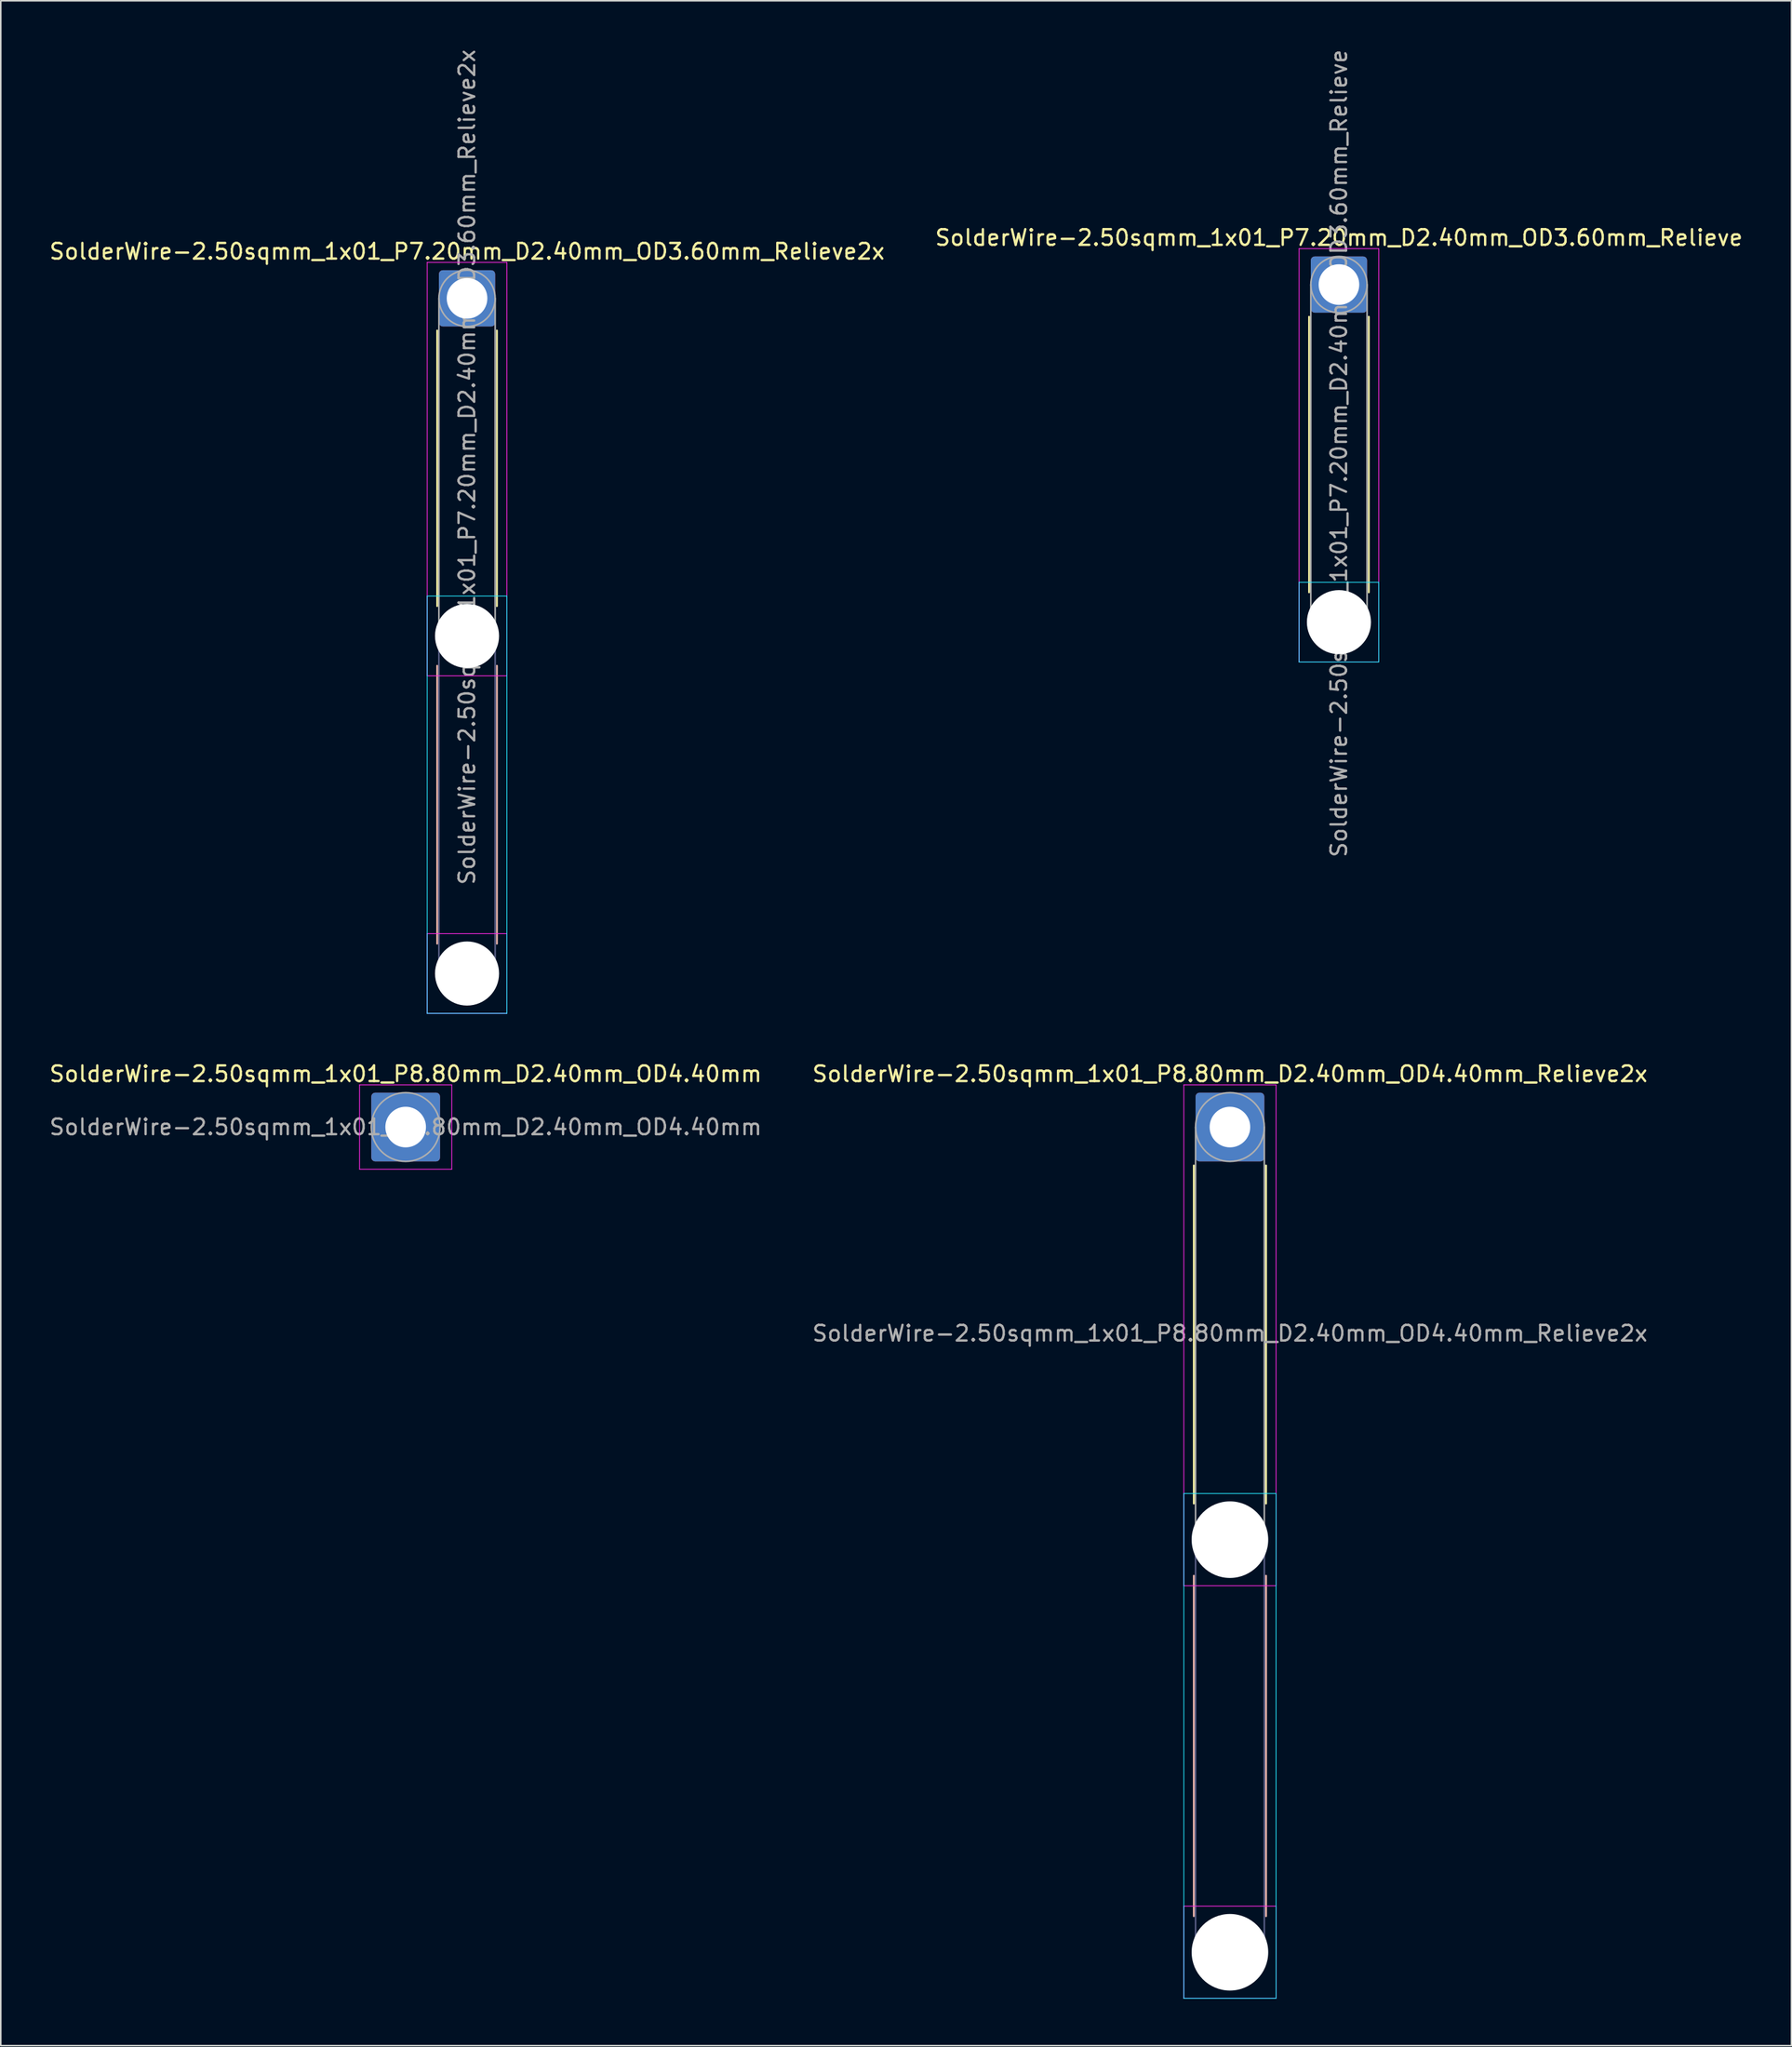
<source format=kicad_pcb>
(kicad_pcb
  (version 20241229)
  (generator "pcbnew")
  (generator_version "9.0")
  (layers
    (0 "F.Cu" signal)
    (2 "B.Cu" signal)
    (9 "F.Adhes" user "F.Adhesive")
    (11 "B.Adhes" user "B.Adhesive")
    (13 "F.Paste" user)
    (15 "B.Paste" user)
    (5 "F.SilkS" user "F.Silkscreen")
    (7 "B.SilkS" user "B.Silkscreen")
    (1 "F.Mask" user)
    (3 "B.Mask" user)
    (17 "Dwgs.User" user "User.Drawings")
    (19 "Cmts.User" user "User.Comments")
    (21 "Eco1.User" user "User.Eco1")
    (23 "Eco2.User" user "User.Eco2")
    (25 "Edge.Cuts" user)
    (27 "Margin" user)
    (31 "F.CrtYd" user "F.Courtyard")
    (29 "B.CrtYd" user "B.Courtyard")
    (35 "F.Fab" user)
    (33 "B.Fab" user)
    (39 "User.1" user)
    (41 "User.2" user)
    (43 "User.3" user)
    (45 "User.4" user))
  (footprint "SolderWire-2.50sqmm_1x01_P7.20mm_D2.40mm_OD3.60mm_Relieve2x"
    (layer "F.Cu")
    (at 26.839 16.039)
    (property "Reference" "SolderWire-2.50sqmm_1x01_P7.20mm_D2.40mm_OD3.60mm_Relieve2x" (at 0 -3 0) (layer "F.SilkS") (effects (font (size 1 1) (thickness 0.15))))
    (attr exclude_from_pos_files exclude_from_bom)
    (fp_line (start -1.91 2.06) (end -1.91 19.69) (stroke (width 0.12) (type solid)) (layer "F.SilkS"))
    (fp_line (start 1.91 2.06) (end 1.91 19.69) (stroke (width 0.12) (type solid)) (layer "F.SilkS"))
    (fp_line (start -1.91 23.51) (end -1.91 41.29) (stroke (width 0.12) (type solid)) (layer "B.SilkS"))
    (fp_line (start 1.91 23.51) (end 1.91 41.29) (stroke (width 0.12) (type solid)) (layer "B.SilkS"))
    (fp_line (start -2.55 19.05) (end -2.55 45.75) (stroke (width 0.05) (type solid)) (layer "B.CrtYd"))
    (fp_line (start -2.55 45.75) (end 2.55 45.75) (stroke (width 0.05) (type solid)) (layer "B.CrtYd"))
    (fp_line (start 2.55 19.05) (end -2.55 19.05) (stroke (width 0.05) (type solid)) (layer "B.CrtYd"))
    (fp_line (start 2.55 45.75) (end 2.55 19.05) (stroke (width 0.05) (type solid)) (layer "B.CrtYd"))
    (fp_line (start -2.55 -2.3) (end -2.55 24.15) (stroke (width 0.05) (type solid)) (layer "F.CrtYd"))
    (fp_line (start -2.55 24.15) (end 2.55 24.15) (stroke (width 0.05) (type solid)) (layer "F.CrtYd"))
    (fp_line (start -2.55 40.65) (end -2.55 45.75) (stroke (width 0.05) (type solid)) (layer "F.CrtYd"))
    (fp_line (start -2.55 45.75) (end 2.55 45.75) (stroke (width 0.05) (type solid)) (layer "F.CrtYd"))
    (fp_line (start 2.55 -2.3) (end -2.55 -2.3) (stroke (width 0.05) (type solid)) (layer "F.CrtYd"))
    (fp_line (start 2.55 24.15) (end 2.55 -2.3) (stroke (width 0.05) (type solid)) (layer "F.CrtYd"))
    (fp_line (start 2.55 40.65) (end -2.55 40.65) (stroke (width 0.05) (type solid)) (layer "F.CrtYd"))
    (fp_line (start 2.55 45.75) (end 2.55 40.65) (stroke (width 0.05) (type solid)) (layer "F.CrtYd"))
    (fp_line (start -1.8 21.6) (end -1.8 43.2) (stroke (width 0.1) (type solid)) (layer "B.Fab"))
    (fp_line (start 1.8 21.6) (end 1.8 43.2) (stroke (width 0.1) (type solid)) (layer "B.Fab"))
    (fp_circle (center 0 21.6) (end 1.8 21.6) (stroke (width 0.1) (type solid)) (fill no) (layer "B.Fab"))
    (fp_circle (center 0 43.2) (end 1.8 43.2) (stroke (width 0.1) (type solid)) (fill no) (layer "B.Fab"))
    (fp_line (start -1.8 0) (end -1.8 21.6) (stroke (width 0.1) (type solid)) (layer "F.Fab"))
    (fp_line (start 1.8 0) (end 1.8 21.6) (stroke (width 0.1) (type solid)) (layer "F.Fab"))
    (fp_circle (center 0 0) (end 1.8 0) (stroke (width 0.1) (type solid)) (fill no) (layer "F.Fab"))
    (fp_circle (center 0 21.6) (end 1.8 21.6) (stroke (width 0.1) (type solid)) (fill no) (layer "F.Fab"))
    (fp_circle (center 0 43.2) (end 1.8 43.2) (stroke (width 0.1) (type solid)) (fill no) (layer "F.Fab"))
    (fp_text user "${REFERENCE}" (at 0 10.8 90) (layer "F.Fab") (effects (font (size 1 1) (thickness 0.15))))
    (pad "" np_thru_hole circle (at 0 21.6) (size 4.1 4.1) (drill 4.1) (layers "*.Cu" "*.Mask"))
    (pad "" np_thru_hole circle (at 0 43.2) (size 4.1 4.1) (drill 4.1) (layers "*.Cu" "*.Mask"))
    (pad "1" thru_hole roundrect (at 0 0) (size 3.6 3.6) (drill 2.6) (layers "*.Cu" "*.Mask") (roundrect_rratio 0.069)))
  (footprint "SolderWire-2.50sqmm_1x01_P7.20mm_D2.40mm_OD3.60mm_Relieve"
    (layer "F.Cu")
    (at 82.637 15.158)
    (property "Reference" "SolderWire-2.50sqmm_1x01_P7.20mm_D2.40mm_OD3.60mm_Relieve" (at 0 -3 0) (layer "F.SilkS") (effects (font (size 1 1) (thickness 0.15))))
    (attr exclude_from_pos_files exclude_from_bom)
    (fp_line (start -1.91 2.06) (end -1.91 19.69) (stroke (width 0.12) (type solid)) (layer "F.SilkS"))
    (fp_line (start 1.91 2.06) (end 1.91 19.69) (stroke (width 0.12) (type solid)) (layer "F.SilkS"))
    (fp_line (start -2.55 19.05) (end -2.55 24.15) (stroke (width 0.05) (type solid)) (layer "B.CrtYd"))
    (fp_line (start -2.55 24.15) (end 2.55 24.15) (stroke (width 0.05) (type solid)) (layer "B.CrtYd"))
    (fp_line (start 2.55 19.05) (end -2.55 19.05) (stroke (width 0.05) (type solid)) (layer "B.CrtYd"))
    (fp_line (start 2.55 24.15) (end 2.55 19.05) (stroke (width 0.05) (type solid)) (layer "B.CrtYd"))
    (fp_line (start -2.55 -2.3) (end -2.55 24.15) (stroke (width 0.05) (type solid)) (layer "F.CrtYd"))
    (fp_line (start -2.55 24.15) (end 2.55 24.15) (stroke (width 0.05) (type solid)) (layer "F.CrtYd"))
    (fp_line (start 2.55 -2.3) (end -2.55 -2.3) (stroke (width 0.05) (type solid)) (layer "F.CrtYd"))
    (fp_line (start 2.55 24.15) (end 2.55 -2.3) (stroke (width 0.05) (type solid)) (layer "F.CrtYd"))
    (fp_line (start -1.8 0) (end -1.8 21.6) (stroke (width 0.1) (type solid)) (layer "F.Fab"))
    (fp_line (start 1.8 0) (end 1.8 21.6) (stroke (width 0.1) (type solid)) (layer "F.Fab"))
    (fp_circle (center 0 0) (end 1.8 0) (stroke (width 0.1) (type solid)) (fill no) (layer "F.Fab"))
    (fp_circle (center 0 21.6) (end 1.8 21.6) (stroke (width 0.1) (type solid)) (fill no) (layer "F.Fab"))
    (fp_text user "${REFERENCE}" (at 0 10.8 90) (layer "F.Fab") (effects (font (size 1 1) (thickness 0.15))))
    (pad "" np_thru_hole circle (at 0 21.6) (size 4.1 4.1) (drill 4.1) (layers "*.Cu" "*.Mask"))
    (pad "1" thru_hole roundrect (at 0 0) (size 3.6 3.6) (drill 2.6) (layers "*.Cu" "*.Mask") (roundrect_rratio 0.069)))
  (footprint "SolderWire-2.50sqmm_1x01_P8.80mm_D2.40mm_OD4.40mm_Relieve2x"
    (layer "F.Cu")
    (at 75.661 69.063)
    (property "Reference" "SolderWire-2.50sqmm_1x01_P8.80mm_D2.40mm_OD4.40mm_Relieve2x" (at 0 -3.4 0) (layer "F.SilkS") (effects (font (size 1 1) (thickness 0.15))))
    (attr exclude_from_pos_files exclude_from_bom)
    (fp_line (start -2.31 2.46) (end -2.31 24.09) (stroke (width 0.12) (type solid)) (layer "F.SilkS"))
    (fp_line (start 2.31 2.46) (end 2.31 24.09) (stroke (width 0.12) (type solid)) (layer "F.SilkS"))
    (fp_line (start -2.31 28.71) (end -2.31 50.49) (stroke (width 0.12) (type solid)) (layer "B.SilkS"))
    (fp_line (start 2.31 28.71) (end 2.31 50.49) (stroke (width 0.12) (type solid)) (layer "B.SilkS"))
    (fp_line (start -2.95 23.45) (end -2.95 55.75) (stroke (width 0.05) (type solid)) (layer "B.CrtYd"))
    (fp_line (start -2.95 55.75) (end 2.95 55.75) (stroke (width 0.05) (type solid)) (layer "B.CrtYd"))
    (fp_line (start 2.95 23.45) (end -2.95 23.45) (stroke (width 0.05) (type solid)) (layer "B.CrtYd"))
    (fp_line (start 2.95 55.75) (end 2.95 23.45) (stroke (width 0.05) (type solid)) (layer "B.CrtYd"))
    (fp_line (start -2.95 -2.7) (end -2.95 29.35) (stroke (width 0.05) (type solid)) (layer "F.CrtYd"))
    (fp_line (start -2.95 29.35) (end 2.95 29.35) (stroke (width 0.05) (type solid)) (layer "F.CrtYd"))
    (fp_line (start -2.95 49.85) (end -2.95 55.75) (stroke (width 0.05) (type solid)) (layer "F.CrtYd"))
    (fp_line (start -2.95 55.75) (end 2.95 55.75) (stroke (width 0.05) (type solid)) (layer "F.CrtYd"))
    (fp_line (start 2.95 -2.7) (end -2.95 -2.7) (stroke (width 0.05) (type solid)) (layer "F.CrtYd"))
    (fp_line (start 2.95 29.35) (end 2.95 -2.7) (stroke (width 0.05) (type solid)) (layer "F.CrtYd"))
    (fp_line (start 2.95 49.85) (end -2.95 49.85) (stroke (width 0.05) (type solid)) (layer "F.CrtYd"))
    (fp_line (start 2.95 55.75) (end 2.95 49.85) (stroke (width 0.05) (type solid)) (layer "F.CrtYd"))
    (fp_line (start -2.2 26.4) (end -2.2 52.8) (stroke (width 0.1) (type solid)) (layer "B.Fab"))
    (fp_line (start 2.2 26.4) (end 2.2 52.8) (stroke (width 0.1) (type solid)) (layer "B.Fab"))
    (fp_circle (center 0 26.4) (end 2.2 26.4) (stroke (width 0.1) (type solid)) (fill no) (layer "B.Fab"))
    (fp_circle (center 0 52.8) (end 2.2 52.8) (stroke (width 0.1) (type solid)) (fill no) (layer "B.Fab"))
    (fp_line (start -2.2 0) (end -2.2 26.4) (stroke (width 0.1) (type solid)) (layer "F.Fab"))
    (fp_line (start 2.2 0) (end 2.2 26.4) (stroke (width 0.1) (type solid)) (layer "F.Fab"))
    (fp_circle (center 0 0) (end 2.2 0) (stroke (width 0.1) (type solid)) (fill no) (layer "F.Fab"))
    (fp_circle (center 0 26.4) (end 2.2 26.4) (stroke (width 0.1) (type solid)) (fill no) (layer "F.Fab"))
    (fp_circle (center 0 52.8) (end 2.2 52.8) (stroke (width 0.1) (type solid)) (fill no) (layer "F.Fab"))
    (fp_text user "${REFERENCE}" (at 0 13.2 0) (layer "F.Fab") (effects (font (size 1 1) (thickness 0.15))))
    (pad "" np_thru_hole circle (at 0 26.4) (size 4.9 4.9) (drill 4.9) (layers "*.Cu" "*.Mask"))
    (pad "" np_thru_hole circle (at 0 52.8) (size 4.9 4.9) (drill 4.9) (layers "*.Cu" "*.Mask"))
    (pad "1" thru_hole roundrect (at 0 0) (size 4.4 4.4) (drill 2.6) (layers "*.Cu" "*.Mask") (roundrect_rratio 0.057)))
  (footprint "SolderWire-2.50sqmm_1x01_P8.80mm_D2.40mm_OD4.40mm"
    (layer "F.Cu")
    (at 22.911 69.063)
    (property "Reference" "SolderWire-2.50sqmm_1x01_P8.80mm_D2.40mm_OD4.40mm" (at 0 -3.4 0) (layer "F.SilkS") (effects (font (size 1 1) (thickness 0.15))))
    (attr exclude_from_pos_files exclude_from_bom)
    (fp_line (start -2.95 -2.7) (end -2.95 2.7) (stroke (width 0.05) (type solid)) (layer "F.CrtYd"))
    (fp_line (start -2.95 2.7) (end 2.95 2.7) (stroke (width 0.05) (type solid)) (layer "F.CrtYd"))
    (fp_line (start 2.95 -2.7) (end -2.95 -2.7) (stroke (width 0.05) (type solid)) (layer "F.CrtYd"))
    (fp_line (start 2.95 2.7) (end 2.95 -2.7) (stroke (width 0.05) (type solid)) (layer "F.CrtYd"))
    (fp_circle (center 0 0) (end 2.2 0) (stroke (width 0.1) (type solid)) (fill no) (layer "F.Fab"))
    (fp_text user "${REFERENCE}" (at 0 0 0) (layer "F.Fab") (effects (font (size 1 1) (thickness 0.15))))
    (pad "1" thru_hole roundrect (at 0 0) (size 4.4 4.4) (drill 2.6) (layers "*.Cu" "*.Mask") (roundrect_rratio 0.057)))
  (gr_rect
    (start -3 -3)
    (end 111.595 127.838)
    (stroke (width 0.1) (type default))
    (fill no)
    (layer "Edge.Cuts")))
</source>
